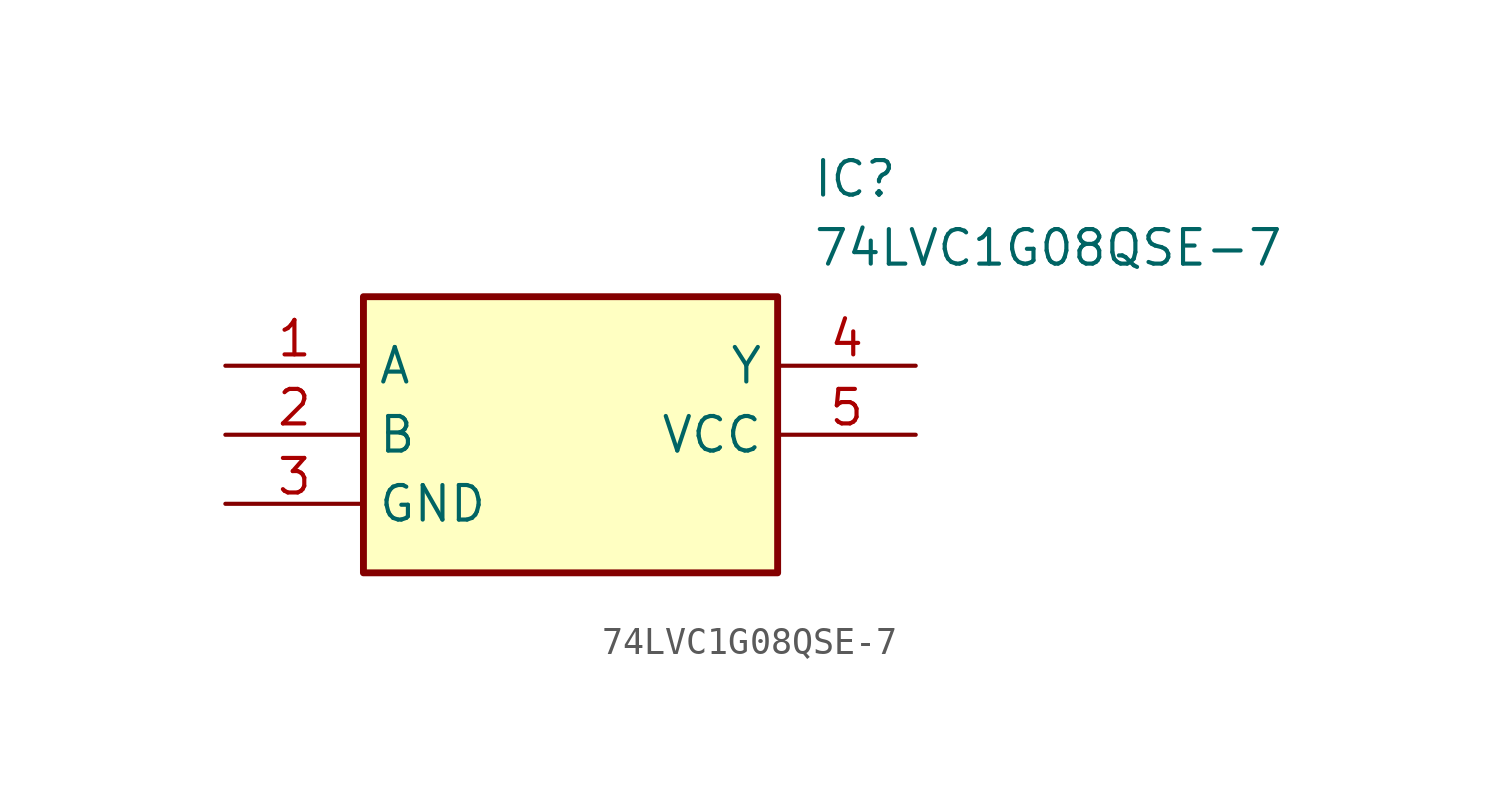
<source format=kicad_sym>
(kicad_symbol_lib
  (version 20211014)
  (generator SamacSys_ECAD_Model)
  (symbol "74LVC1G08QSE-7"
    (property "Reference" "IC"
      (at 21.59 7.62 0)
      (effects (font (size 1.27 1.27)) (justify left top)))
    (property "Value" "74LVC1G08QSE-7"
      (at 21.59 5.08 0)
      (effects (font (size 1.27 1.27)) (justify left top)))
    (rectangle
      (start 5.08 2.54)
      (end 20.32 -7.62)
      (stroke (width 0.254) (type default))
      (fill (type background)))
    (pin passive line
      (at 0 0 0)
      (length 5.08)
      (name "A" (effects (font (size 1.27 1.27))))
      (number "1" (effects (font (size 1.27 1.27)))))
    (pin passive line
      (at 0 -2.54 0)
      (length 5.08)
      (name "B" (effects (font (size 1.27 1.27))))
      (number "2" (effects (font (size 1.27 1.27)))))
    (pin passive line
      (at 0 -5.08 0)
      (length 5.08)
      (name "GND" (effects (font (size 1.27 1.27))))
      (number "3" (effects (font (size 1.27 1.27)))))
    (pin passive line
      (at 25.4 0 180)
      (length 5.08)
      (name "Y" (effects (font (size 1.27 1.27))))
      (number "4" (effects (font (size 1.27 1.27)))))
    (pin passive line
      (at 25.4 -2.54 180)
      (length 5.08)
      (name "VCC" (effects (font (size 1.27 1.27))))
      (number "5" (effects (font (size 1.27 1.27)))))))
</source>
